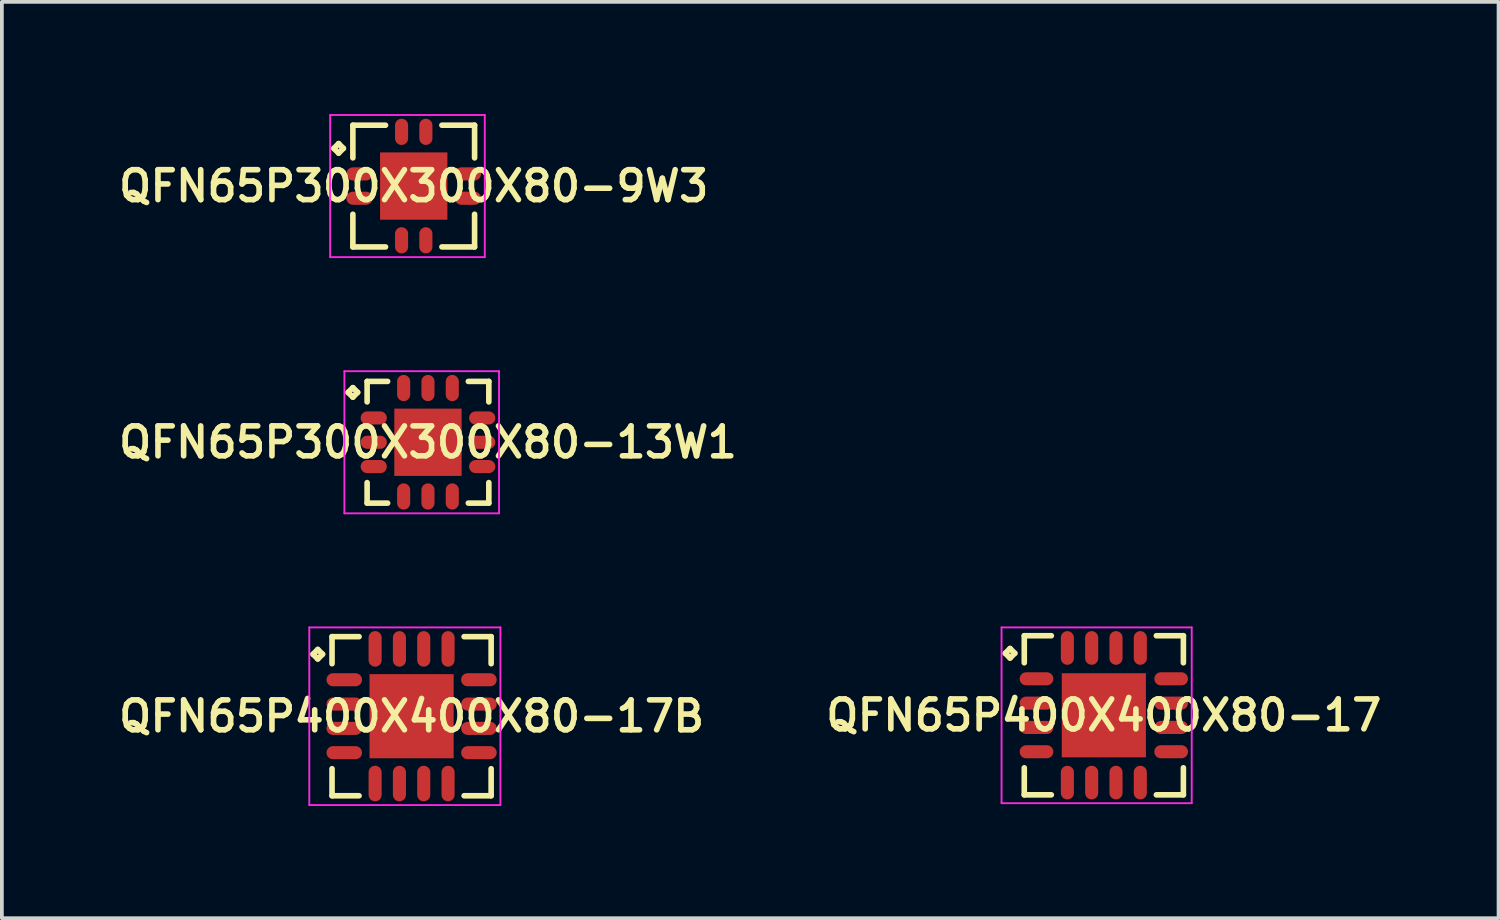
<source format=kicad_pcb>
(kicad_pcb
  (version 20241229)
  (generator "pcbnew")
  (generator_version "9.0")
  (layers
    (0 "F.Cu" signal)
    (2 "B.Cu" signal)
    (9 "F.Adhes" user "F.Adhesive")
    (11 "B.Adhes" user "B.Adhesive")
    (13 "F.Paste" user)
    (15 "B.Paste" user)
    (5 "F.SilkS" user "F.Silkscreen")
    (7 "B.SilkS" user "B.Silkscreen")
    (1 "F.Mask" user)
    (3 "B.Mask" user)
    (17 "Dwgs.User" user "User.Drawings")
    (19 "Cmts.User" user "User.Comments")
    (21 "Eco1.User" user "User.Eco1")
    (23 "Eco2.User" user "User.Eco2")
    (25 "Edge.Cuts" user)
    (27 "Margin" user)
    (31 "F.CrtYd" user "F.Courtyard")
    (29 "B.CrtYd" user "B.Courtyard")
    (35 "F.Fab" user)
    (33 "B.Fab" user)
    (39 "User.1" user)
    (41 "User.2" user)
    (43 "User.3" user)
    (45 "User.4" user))
  (footprint "QFN65P400X400X80-17"
    (layer "F.Cu")
    (at 26.464 16.075)
    (property "Reference" "QFN65P400X400X80-17" (at 0 0 0) (layer "F.SilkS") (effects (font (size 0.8 0.8) (thickness 0.15))))
    (attr smd)
    (fp_line (start -2.635 -1.658) (end -2.508 -1.785) (stroke (width 0.15) (type solid)) (layer "F.SilkS"))
    (fp_line (start -2.508 -1.785) (end -2.381 -1.658) (stroke (width 0.15) (type solid)) (layer "F.SilkS"))
    (fp_line (start -2.508 -1.531) (end -2.635 -1.658) (stroke (width 0.15) (type solid)) (layer "F.SilkS"))
    (fp_line (start -2.381 -1.658) (end -2.508 -1.531) (stroke (width 0.15) (type solid)) (layer "F.SilkS"))
    (fp_line (start -2.127 -2.127) (end -1.404 -2.127) (stroke (width 0.15) (type solid)) (layer "F.SilkS"))
    (fp_line (start -2.127 -1.404) (end -2.127 -2.127) (stroke (width 0.15) (type solid)) (layer "F.SilkS"))
    (fp_line (start -2.127 1.404) (end -2.127 2.127) (stroke (width 0.15) (type solid)) (layer "F.SilkS"))
    (fp_line (start -2.127 2.127) (end -1.404 2.127) (stroke (width 0.15) (type solid)) (layer "F.SilkS"))
    (fp_line (start 1.404 -2.127) (end 2.127 -2.127) (stroke (width 0.15) (type solid)) (layer "F.SilkS"))
    (fp_line (start 1.404 2.127) (end 2.127 2.127) (stroke (width 0.15) (type solid)) (layer "F.SilkS"))
    (fp_line (start 2.127 -2.127) (end 2.127 -1.404) (stroke (width 0.15) (type solid)) (layer "F.SilkS"))
    (fp_line (start 2.127 2.127) (end 2.127 1.404) (stroke (width 0.15) (type solid)) (layer "F.SilkS"))
    (fp_line (start -2.735 -2.35) (end 2.35 -2.35) (stroke (width 0.05) (type solid)) (layer "F.CrtYd"))
    (fp_line (start -2.735 2.35) (end -2.735 -2.35) (stroke (width 0.05) (type solid)) (layer "F.CrtYd"))
    (fp_line (start 2.35 -2.35) (end 2.35 2.35) (stroke (width 0.05) (type solid)) (layer "F.CrtYd"))
    (fp_line (start 2.35 2.35) (end -2.735 2.35) (stroke (width 0.05) (type solid)) (layer "F.CrtYd"))
    (pad "1" smd oval (at -1.8 -0.975) (size 0.9 0.35) (layers "F.Cu" "F.Mask" "F.Paste"))
    (pad "2" smd oval (at -1.8 -0.325) (size 0.9 0.35) (layers "F.Cu" "F.Mask" "F.Paste"))
    (pad "3" smd oval (at -1.8 0.325) (size 0.9 0.35) (layers "F.Cu" "F.Mask" "F.Paste"))
    (pad "4" smd oval (at -1.8 0.975) (size 0.9 0.35) (layers "F.Cu" "F.Mask" "F.Paste"))
    (pad "5" smd oval (at -0.975 1.8) (size 0.35 0.9) (layers "F.Cu" "F.Mask" "F.Paste"))
    (pad "6" smd oval (at -0.325 1.8) (size 0.35 0.9) (layers "F.Cu" "F.Mask" "F.Paste"))
    (pad "7" smd oval (at 0.325 1.8) (size 0.35 0.9) (layers "F.Cu" "F.Mask" "F.Paste"))
    (pad "8" smd oval (at 0.975 1.8) (size 0.35 0.9) (layers "F.Cu" "F.Mask" "F.Paste"))
    (pad "9" smd oval (at 1.8 0.975) (size 0.9 0.35) (layers "F.Cu" "F.Mask" "F.Paste"))
    (pad "10" smd oval (at 1.8 0.325) (size 0.9 0.35) (layers "F.Cu" "F.Mask" "F.Paste"))
    (pad "11" smd oval (at 1.8 -0.325) (size 0.9 0.35) (layers "F.Cu" "F.Mask" "F.Paste"))
    (pad "12" smd oval (at 1.8 -0.975) (size 0.9 0.35) (layers "F.Cu" "F.Mask" "F.Paste"))
    (pad "13" smd oval (at 0.975 -1.8) (size 0.35 0.9) (layers "F.Cu" "F.Mask" "F.Paste"))
    (pad "14" smd oval (at 0.325 -1.8) (size 0.35 0.9) (layers "F.Cu" "F.Mask" "F.Paste"))
    (pad "15" smd oval (at -0.325 -1.8) (size 0.35 0.9) (layers "F.Cu" "F.Mask" "F.Paste"))
    (pad "16" smd oval (at -0.975 -1.8) (size 0.35 0.9) (layers "F.Cu" "F.Mask" "F.Paste"))
    (pad "17" smd rect (at 0 0) (size 2.25 2.25) (layers "F.Cu" "F.Mask" "F.Paste")))
  (footprint "QFN65P400X400X80-17B"
    (layer "F.Cu")
    (at 7.955 16.1)
    (property "Reference" "QFN65P400X400X80-17B" (at 0 0 0) (layer "F.SilkS") (effects (font (size 0.8 0.8) (thickness 0.15))))
    (attr smd)
    (fp_line (start -2.635 -1.658) (end -2.508 -1.785) (stroke (width 0.15) (type solid)) (layer "F.SilkS"))
    (fp_line (start -2.508 -1.785) (end -2.381 -1.658) (stroke (width 0.15) (type solid)) (layer "F.SilkS"))
    (fp_line (start -2.508 -1.531) (end -2.635 -1.658) (stroke (width 0.15) (type solid)) (layer "F.SilkS"))
    (fp_line (start -2.381 -1.658) (end -2.508 -1.531) (stroke (width 0.15) (type solid)) (layer "F.SilkS"))
    (fp_line (start -2.127 -2.127) (end -1.404 -2.127) (stroke (width 0.15) (type solid)) (layer "F.SilkS"))
    (fp_line (start -2.127 -1.404) (end -2.127 -2.127) (stroke (width 0.15) (type solid)) (layer "F.SilkS"))
    (fp_line (start -2.127 1.404) (end -2.127 2.127) (stroke (width 0.15) (type solid)) (layer "F.SilkS"))
    (fp_line (start -2.127 2.127) (end -1.404 2.127) (stroke (width 0.15) (type solid)) (layer "F.SilkS"))
    (fp_line (start 1.404 -2.127) (end 2.127 -2.127) (stroke (width 0.15) (type solid)) (layer "F.SilkS"))
    (fp_line (start 1.404 2.127) (end 2.127 2.127) (stroke (width 0.15) (type solid)) (layer "F.SilkS"))
    (fp_line (start 2.127 -2.127) (end 2.127 -1.404) (stroke (width 0.15) (type solid)) (layer "F.SilkS"))
    (fp_line (start 2.127 2.127) (end 2.127 1.404) (stroke (width 0.15) (type solid)) (layer "F.SilkS"))
    (fp_line (start -2.735 -2.375) (end 2.375 -2.375) (stroke (width 0.05) (type solid)) (layer "F.CrtYd"))
    (fp_line (start -2.735 2.375) (end -2.735 -2.375) (stroke (width 0.05) (type solid)) (layer "F.CrtYd"))
    (fp_line (start 2.375 -2.375) (end 2.375 2.375) (stroke (width 0.05) (type solid)) (layer "F.CrtYd"))
    (fp_line (start 2.375 2.375) (end -2.735 2.375) (stroke (width 0.05) (type solid)) (layer "F.CrtYd"))
    (pad "1" smd oval (at -1.8 -0.975) (size 0.95 0.35) (layers "F.Cu" "F.Mask" "F.Paste"))
    (pad "2" smd oval (at -1.8 -0.325) (size 0.95 0.35) (layers "F.Cu" "F.Mask" "F.Paste"))
    (pad "3" smd oval (at -1.8 0.325) (size 0.95 0.35) (layers "F.Cu" "F.Mask" "F.Paste"))
    (pad "4" smd oval (at -1.8 0.975) (size 0.95 0.35) (layers "F.Cu" "F.Mask" "F.Paste"))
    (pad "5" smd oval (at -0.975 1.8) (size 0.35 0.95) (layers "F.Cu" "F.Mask" "F.Paste"))
    (pad "6" smd oval (at -0.325 1.8) (size 0.35 0.95) (layers "F.Cu" "F.Mask" "F.Paste"))
    (pad "7" smd oval (at 0.325 1.8) (size 0.35 0.95) (layers "F.Cu" "F.Mask" "F.Paste"))
    (pad "8" smd oval (at 0.975 1.8) (size 0.35 0.95) (layers "F.Cu" "F.Mask" "F.Paste"))
    (pad "9" smd oval (at 1.8 0.975) (size 0.95 0.35) (layers "F.Cu" "F.Mask" "F.Paste"))
    (pad "10" smd oval (at 1.8 0.325) (size 0.95 0.35) (layers "F.Cu" "F.Mask" "F.Paste"))
    (pad "11" smd oval (at 1.8 -0.325) (size 0.95 0.35) (layers "F.Cu" "F.Mask" "F.Paste"))
    (pad "12" smd oval (at 1.8 -0.975) (size 0.95 0.35) (layers "F.Cu" "F.Mask" "F.Paste"))
    (pad "13" smd oval (at 0.975 -1.8) (size 0.35 0.95) (layers "F.Cu" "F.Mask" "F.Paste"))
    (pad "14" smd oval (at 0.325 -1.8) (size 0.35 0.95) (layers "F.Cu" "F.Mask" "F.Paste"))
    (pad "15" smd oval (at -0.325 -1.8) (size 0.35 0.95) (layers "F.Cu" "F.Mask" "F.Paste"))
    (pad "16" smd oval (at -0.975 -1.8) (size 0.35 0.95) (layers "F.Cu" "F.Mask" "F.Paste"))
    (pad "17" smd rect (at 0 0) (size 2.25 2.25) (layers "F.Cu" "F.Mask" "F.Paste")))
  (footprint "QFN65P300X300X80-13W1"
    (layer "F.Cu")
    (at 8.393 8.775)
    (property "Reference" "QFN65P300X300X80-13W1" (at 0 0 0) (layer "F.SilkS") (effects (font (size 0.8 0.8) (thickness 0.15))))
    (attr smd)
    (fp_line (start -2.135 -1.333) (end -2.008 -1.46) (stroke (width 0.15) (type solid)) (layer "F.SilkS"))
    (fp_line (start -2.008 -1.46) (end -1.881 -1.333) (stroke (width 0.15) (type solid)) (layer "F.SilkS"))
    (fp_line (start -2.008 -1.206) (end -2.135 -1.333) (stroke (width 0.15) (type solid)) (layer "F.SilkS"))
    (fp_line (start -1.881 -1.333) (end -2.008 -1.206) (stroke (width 0.15) (type solid)) (layer "F.SilkS"))
    (fp_line (start -1.627 -1.627) (end -1.079 -1.627) (stroke (width 0.15) (type solid)) (layer "F.SilkS"))
    (fp_line (start -1.627 -1.079) (end -1.627 -1.627) (stroke (width 0.15) (type solid)) (layer "F.SilkS"))
    (fp_line (start -1.627 1.079) (end -1.627 1.627) (stroke (width 0.15) (type solid)) (layer "F.SilkS"))
    (fp_line (start -1.627 1.627) (end -1.079 1.627) (stroke (width 0.15) (type solid)) (layer "F.SilkS"))
    (fp_line (start 1.079 -1.627) (end 1.627 -1.627) (stroke (width 0.15) (type solid)) (layer "F.SilkS"))
    (fp_line (start 1.079 1.627) (end 1.627 1.627) (stroke (width 0.15) (type solid)) (layer "F.SilkS"))
    (fp_line (start 1.627 -1.627) (end 1.627 -1.079) (stroke (width 0.15) (type solid)) (layer "F.SilkS"))
    (fp_line (start 1.627 1.627) (end 1.627 1.079) (stroke (width 0.15) (type solid)) (layer "F.SilkS"))
    (fp_line (start -2.235 -1.9) (end 1.9 -1.9) (stroke (width 0.05) (type solid)) (layer "F.CrtYd"))
    (fp_line (start -2.235 1.9) (end -2.235 -1.9) (stroke (width 0.05) (type solid)) (layer "F.CrtYd"))
    (fp_line (start 1.9 -1.9) (end 1.9 1.9) (stroke (width 0.05) (type solid)) (layer "F.CrtYd"))
    (fp_line (start 1.9 1.9) (end -2.235 1.9) (stroke (width 0.05) (type solid)) (layer "F.CrtYd"))
    (pad "1" smd oval (at -1.45 -0.65) (size 0.7 0.35) (layers "F.Cu" "F.Mask" "F.Paste"))
    (pad "2" smd oval (at -1.45 0) (size 0.7 0.35) (layers "F.Cu" "F.Mask" "F.Paste"))
    (pad "3" smd oval (at -1.45 0.65) (size 0.7 0.35) (layers "F.Cu" "F.Mask" "F.Paste"))
    (pad "4" smd oval (at -0.65 1.45) (size 0.35 0.7) (layers "F.Cu" "F.Mask" "F.Paste"))
    (pad "5" smd oval (at 0 1.45) (size 0.35 0.7) (layers "F.Cu" "F.Mask" "F.Paste"))
    (pad "6" smd oval (at 0.65 1.45) (size 0.35 0.7) (layers "F.Cu" "F.Mask" "F.Paste"))
    (pad "7" smd oval (at 1.45 0.65) (size 0.7 0.35) (layers "F.Cu" "F.Mask" "F.Paste"))
    (pad "8" smd oval (at 1.45 0) (size 0.7 0.35) (layers "F.Cu" "F.Mask" "F.Paste"))
    (pad "9" smd oval (at 1.45 -0.65) (size 0.7 0.35) (layers "F.Cu" "F.Mask" "F.Paste"))
    (pad "10" smd oval (at 0.65 -1.45) (size 0.35 0.7) (layers "F.Cu" "F.Mask" "F.Paste"))
    (pad "11" smd oval (at 0 -1.45) (size 0.35 0.7) (layers "F.Cu" "F.Mask" "F.Paste"))
    (pad "12" smd oval (at -0.65 -1.45) (size 0.35 0.7) (layers "F.Cu" "F.Mask" "F.Paste"))
    (pad "13" smd rect (at 0 0) (size 1.8 1.8) (layers "F.Cu" "F.Mask" "F.Paste")))
  (footprint "QFN65P300X300X80-9W3"
    (layer "F.Cu")
    (at 8.012 1.925)
    (property "Reference" "QFN65P300X300X80-9W3" (at 0 0 0) (layer "F.SilkS") (effects (font (size 0.8 0.8) (thickness 0.15))))
    (attr smd)
    (fp_line (start -2.135 -1.008) (end -2.008 -1.135) (stroke (width 0.15) (type solid)) (layer "F.SilkS"))
    (fp_line (start -2.008 -1.135) (end -1.881 -1.008) (stroke (width 0.15) (type solid)) (layer "F.SilkS"))
    (fp_line (start -2.008 -0.881) (end -2.135 -1.008) (stroke (width 0.15) (type solid)) (layer "F.SilkS"))
    (fp_line (start -1.881 -1.008) (end -2.008 -0.881) (stroke (width 0.15) (type solid)) (layer "F.SilkS"))
    (fp_line (start -1.627 -1.627) (end -0.754 -1.627) (stroke (width 0.15) (type solid)) (layer "F.SilkS"))
    (fp_line (start -1.627 -0.754) (end -1.627 -1.627) (stroke (width 0.15) (type solid)) (layer "F.SilkS"))
    (fp_line (start -1.627 0.754) (end -1.627 1.627) (stroke (width 0.15) (type solid)) (layer "F.SilkS"))
    (fp_line (start -1.627 1.627) (end -0.754 1.627) (stroke (width 0.15) (type solid)) (layer "F.SilkS"))
    (fp_line (start 0.754 -1.627) (end 1.627 -1.627) (stroke (width 0.15) (type solid)) (layer "F.SilkS"))
    (fp_line (start 0.754 1.627) (end 1.627 1.627) (stroke (width 0.15) (type solid)) (layer "F.SilkS"))
    (fp_line (start 1.627 -1.627) (end 1.627 -0.754) (stroke (width 0.15) (type solid)) (layer "F.SilkS"))
    (fp_line (start 1.627 1.627) (end 1.627 0.754) (stroke (width 0.15) (type solid)) (layer "F.SilkS"))
    (fp_line (start -2.235 -1.9) (end 1.9 -1.9) (stroke (width 0.05) (type solid)) (layer "F.CrtYd"))
    (fp_line (start -2.235 1.9) (end -2.235 -1.9) (stroke (width 0.05) (type solid)) (layer "F.CrtYd"))
    (fp_line (start 1.9 -1.9) (end 1.9 1.9) (stroke (width 0.05) (type solid)) (layer "F.CrtYd"))
    (fp_line (start 1.9 1.9) (end -2.235 1.9) (stroke (width 0.05) (type solid)) (layer "F.CrtYd"))
    (pad "1" smd oval (at -1.45 -0.325) (size 0.7 0.35) (layers "F.Cu" "F.Mask" "F.Paste"))
    (pad "2" smd oval (at -1.45 0.325) (size 0.7 0.35) (layers "F.Cu" "F.Mask" "F.Paste"))
    (pad "3" smd oval (at -0.325 1.45) (size 0.35 0.7) (layers "F.Cu" "F.Mask" "F.Paste"))
    (pad "4" smd oval (at 0.325 1.45) (size 0.35 0.7) (layers "F.Cu" "F.Mask" "F.Paste"))
    (pad "5" smd oval (at 1.45 0.325) (size 0.7 0.35) (layers "F.Cu" "F.Mask" "F.Paste"))
    (pad "6" smd oval (at 1.45 -0.325) (size 0.7 0.35) (layers "F.Cu" "F.Mask" "F.Paste"))
    (pad "7" smd oval (at 0.325 -1.45) (size 0.35 0.7) (layers "F.Cu" "F.Mask" "F.Paste"))
    (pad "8" smd oval (at -0.325 -1.45) (size 0.35 0.7) (layers "F.Cu" "F.Mask" "F.Paste"))
    (pad "9" smd rect (at 0 0) (size 1.8 1.8) (layers "F.Cu" "F.Mask" "F.Paste")))
  (gr_rect
    (start -3 -3)
    (end 37.018 21.5)
    (stroke (width 0.1) (type default))
    (fill no)
    (layer "Edge.Cuts")))
</source>
